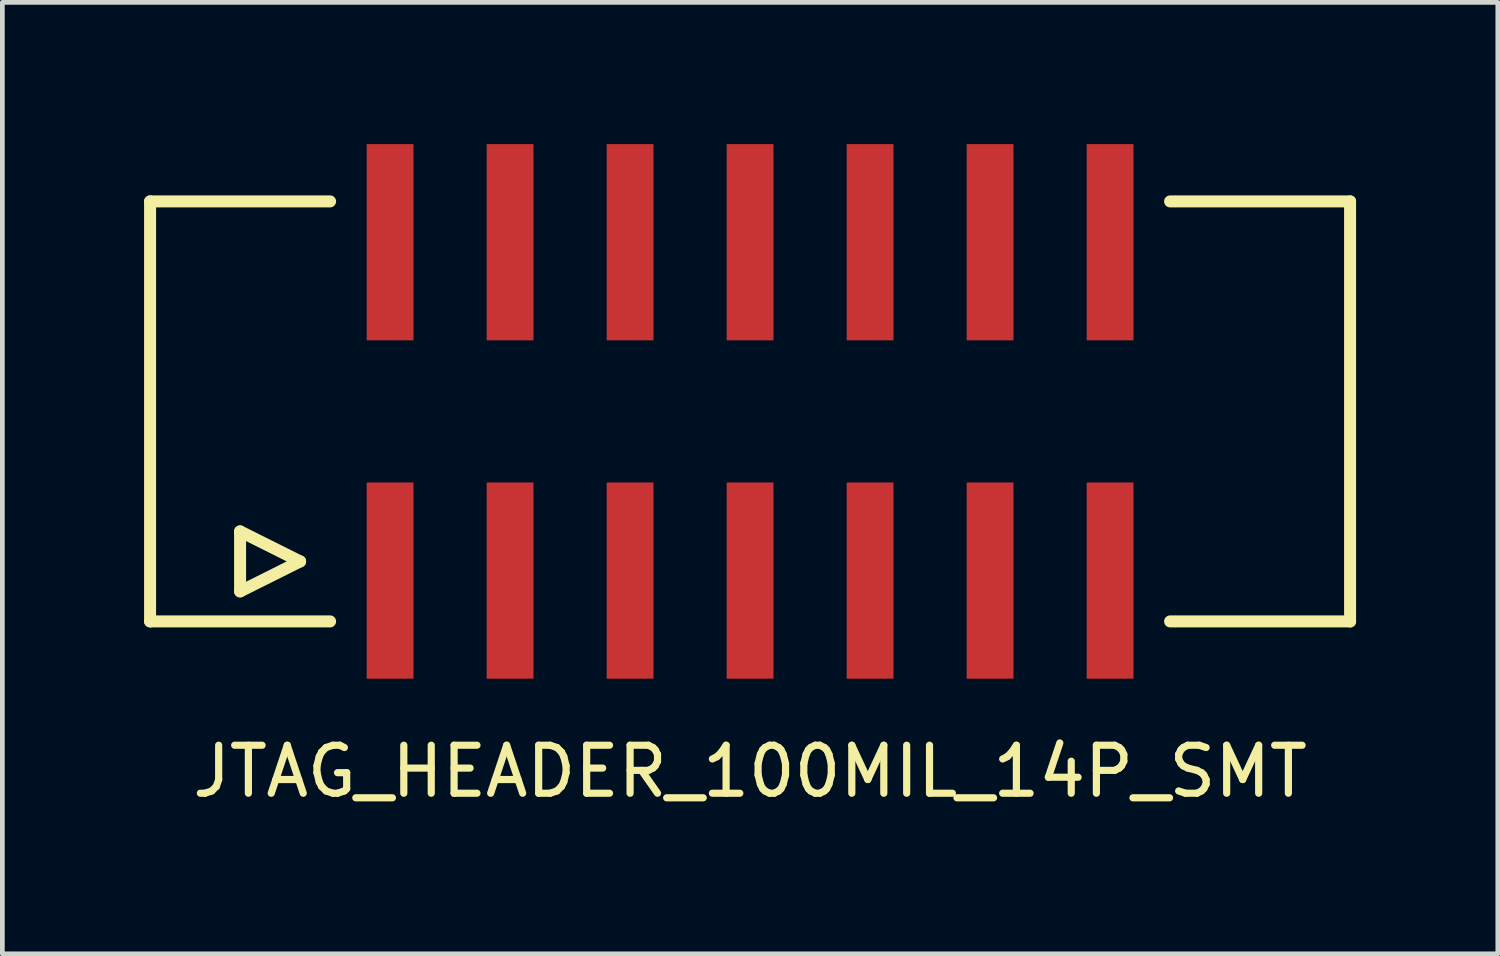
<source format=kicad_pcb>
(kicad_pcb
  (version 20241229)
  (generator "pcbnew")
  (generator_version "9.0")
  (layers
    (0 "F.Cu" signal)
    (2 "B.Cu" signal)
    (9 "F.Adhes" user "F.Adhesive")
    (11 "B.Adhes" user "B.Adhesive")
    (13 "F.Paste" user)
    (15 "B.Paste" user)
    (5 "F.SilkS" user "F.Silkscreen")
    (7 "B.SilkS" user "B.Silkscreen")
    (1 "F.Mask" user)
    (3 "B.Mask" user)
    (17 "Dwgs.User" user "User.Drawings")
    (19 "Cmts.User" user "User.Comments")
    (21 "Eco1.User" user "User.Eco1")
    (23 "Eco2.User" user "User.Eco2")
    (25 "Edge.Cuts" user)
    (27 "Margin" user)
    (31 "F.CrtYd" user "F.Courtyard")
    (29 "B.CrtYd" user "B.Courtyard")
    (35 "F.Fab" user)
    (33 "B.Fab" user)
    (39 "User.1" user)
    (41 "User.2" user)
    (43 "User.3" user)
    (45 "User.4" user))
  (footprint "JTAG_HEADER_100MIL_14P_SMT"
    (layer "F.Cu")
    (at 12.827 5.658)
    (property "Reference" "JTAG_HEADER_100MIL_14P_SMT" (at 0 7.62 0) (layer "F.SilkS") (effects (font (size 1.016 1.016) (thickness 0.152))))
    (attr through_hole)
    (fp_line (start -12.7 -4.445) (end -12.7 4.445) (stroke (width 0.254) (type solid)) (layer "F.SilkS"))
    (fp_line (start -12.7 -4.445) (end -8.89 -4.445) (stroke (width 0.254) (type solid)) (layer "F.SilkS"))
    (fp_line (start -12.7 4.445) (end -8.89 4.445) (stroke (width 0.254) (type solid)) (layer "F.SilkS"))
    (fp_line (start -10.795 2.54) (end -10.795 3.81) (stroke (width 0.254) (type solid)) (layer "F.SilkS"))
    (fp_line (start -10.795 3.81) (end -9.525 3.175) (stroke (width 0.254) (type solid)) (layer "F.SilkS"))
    (fp_line (start -9.525 3.175) (end -10.795 2.54) (stroke (width 0.254) (type solid)) (layer "F.SilkS"))
    (fp_line (start 8.89 -4.445) (end 12.7 -4.445) (stroke (width 0.254) (type solid)) (layer "F.SilkS"))
    (fp_line (start 8.89 4.445) (end 12.7 4.445) (stroke (width 0.254) (type solid)) (layer "F.SilkS"))
    (fp_line (start 12.7 -4.445) (end 12.7 4.445) (stroke (width 0.254) (type solid)) (layer "F.SilkS"))
    (pad "1" smd rect (at -7.62 3.581) (size 0.991 4.153) (layers "F.Cu" "F.Mask" "F.Paste"))
    (pad "2" smd rect (at -7.62 -3.581) (size 0.991 4.153) (layers "F.Cu" "F.Mask" "F.Paste"))
    (pad "3" smd rect (at -5.08 3.581) (size 0.991 4.153) (layers "F.Cu" "F.Mask" "F.Paste"))
    (pad "4" smd rect (at -5.08 -3.581) (size 0.991 4.153) (layers "F.Cu" "F.Mask" "F.Paste"))
    (pad "5" smd rect (at -2.54 3.581) (size 0.991 4.153) (layers "F.Cu" "F.Mask" "F.Paste"))
    (pad "6" smd rect (at -2.54 -3.581) (size 0.991 4.153) (layers "F.Cu" "F.Mask" "F.Paste"))
    (pad "7" smd rect (at 0 3.581) (size 0.991 4.153) (layers "F.Cu" "F.Mask" "F.Paste"))
    (pad "8" smd rect (at 0 -3.581) (size 0.991 4.153) (layers "F.Cu" "F.Mask" "F.Paste"))
    (pad "9" smd rect (at 2.54 3.581) (size 0.991 4.153) (layers "F.Cu" "F.Mask" "F.Paste"))
    (pad "10" smd rect (at 2.54 -3.581) (size 0.991 4.153) (layers "F.Cu" "F.Mask" "F.Paste"))
    (pad "11" smd rect (at 5.08 3.581) (size 0.991 4.153) (layers "F.Cu" "F.Mask" "F.Paste"))
    (pad "12" smd rect (at 5.08 -3.581) (size 0.991 4.153) (layers "F.Cu" "F.Mask" "F.Paste"))
    (pad "13" smd rect (at 7.62 3.581) (size 0.991 4.153) (layers "F.Cu" "F.Mask" "F.Paste"))
    (pad "14" smd rect (at 7.62 -3.581) (size 0.991 4.153) (layers "F.Cu" "F.Mask" "F.Paste")))
  (gr_rect
    (start -3 -3)
    (end 28.654 17.14)
    (stroke (width 0.1) (type default))
    (fill no)
    (layer "Edge.Cuts")))
</source>
